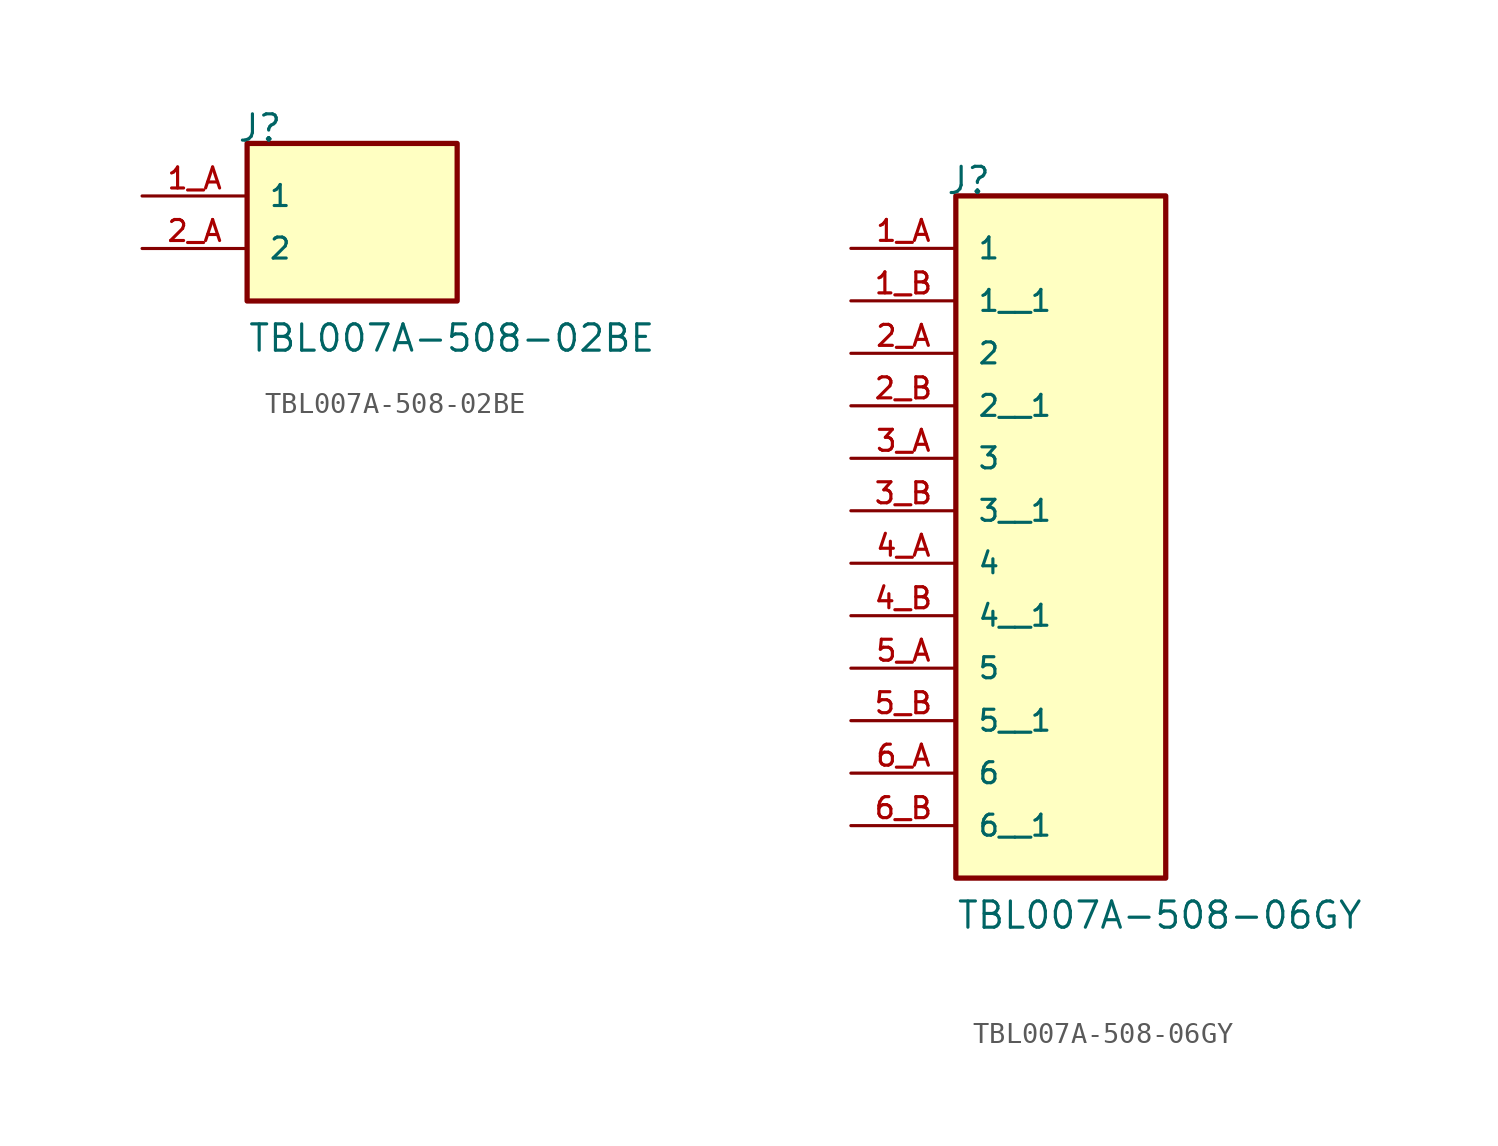
<source format=kicad_sym>
(kicad_symbol_lib
  (version 20220914)
  (generator kicad_symbol_editor)
  (symbol "TBL007A-508-02BE"
    (pin_names
      (offset 1.016))
    (property "Reference" "J"
      (at -5.588 5.08 0)
      (effects (font (size 1.27 1.27)) (justify left bottom)))
    (property "Value" "TBL007A-508-02BE"
      (at -5.08 -5.08 0)
      (effects (font (size 1.27 1.27)) (justify left bottom)))
    (property "ki_locked" ""
      (at 0 0 0)
      (effects (font (size 1.27 1.27))))
    (symbol "TBL007A-508-02BE_0_0"
      (rectangle (start -5.08 -2.54) (end 5.08 5.08) (stroke (width 0.254) (type solid)) (fill (type background)))
      (pin passive line (at -10.16 2.54 0) (length 5.08) (name "1" (effects (font (size 1.016 1.016)))) (number "1_A" (effects (font (size 1.016 1.016)))))
      (pin passive line (at -10.16 0 0) (length 5.08) (name "2" (effects (font (size 1.016 1.016)))) (number "2_A" (effects (font (size 1.016 1.016)))))))
  (symbol "TBL007A-508-06GY"
    (pin_names
      (offset 1.016))
    (property "Reference" "J"
      (at -5.588 10.16 0)
      (effects (font (size 1.27 1.27)) (justify left bottom)))
    (property "Value" "TBL007A-508-06GY"
      (at -5.08 -25.4 0)
      (effects (font (size 1.27 1.27)) (justify left bottom)))
    (property "ki_locked" ""
      (at 0 0 0)
      (effects (font (size 1.27 1.27))))
    (symbol "TBL007A-508-06GY_0_0"
      (rectangle (start -5.08 -22.86) (end 5.08 10.16) (stroke (width 0.254) (type solid)) (fill (type background)))
      (pin passive line (at -10.16 7.62 0) (length 5.08) (name "1" (effects (font (size 1.016 1.016)))) (number "1_A" (effects (font (size 1.016 1.016)))))
      (pin passive line (at -10.16 5.08 0) (length 5.08) (name "1__1" (effects (font (size 1.016 1.016)))) (number "1_B" (effects (font (size 1.016 1.016)))))
      (pin passive line (at -10.16 2.54 0) (length 5.08) (name "2" (effects (font (size 1.016 1.016)))) (number "2_A" (effects (font (size 1.016 1.016)))))
      (pin passive line (at -10.16 0 0) (length 5.08) (name "2__1" (effects (font (size 1.016 1.016)))) (number "2_B" (effects (font (size 1.016 1.016)))))
      (pin passive line (at -10.16 -2.54 0) (length 5.08) (name "3" (effects (font (size 1.016 1.016)))) (number "3_A" (effects (font (size 1.016 1.016)))))
      (pin passive line (at -10.16 -5.08 0) (length 5.08) (name "3__1" (effects (font (size 1.016 1.016)))) (number "3_B" (effects (font (size 1.016 1.016)))))
      (pin passive line (at -10.16 -7.62 0) (length 5.08) (name "4" (effects (font (size 1.016 1.016)))) (number "4_A" (effects (font (size 1.016 1.016)))))
      (pin passive line (at -10.16 -10.16 0) (length 5.08) (name "4__1" (effects (font (size 1.016 1.016)))) (number "4_B" (effects (font (size 1.016 1.016)))))
      (pin passive line (at -10.16 -12.7 0) (length 5.08) (name "5" (effects (font (size 1.016 1.016)))) (number "5_A" (effects (font (size 1.016 1.016)))))
      (pin passive line (at -10.16 -15.24 0) (length 5.08) (name "5__1" (effects (font (size 1.016 1.016)))) (number "5_B" (effects (font (size 1.016 1.016)))))
      (pin passive line (at -10.16 -17.78 0) (length 5.08) (name "6" (effects (font (size 1.016 1.016)))) (number "6_A" (effects (font (size 1.016 1.016)))))
      (pin passive line (at -10.16 -20.32 0) (length 5.08) (name "6__1" (effects (font (size 1.016 1.016)))) (number "6_B" (effects (font (size 1.016 1.016))))))))
</source>
